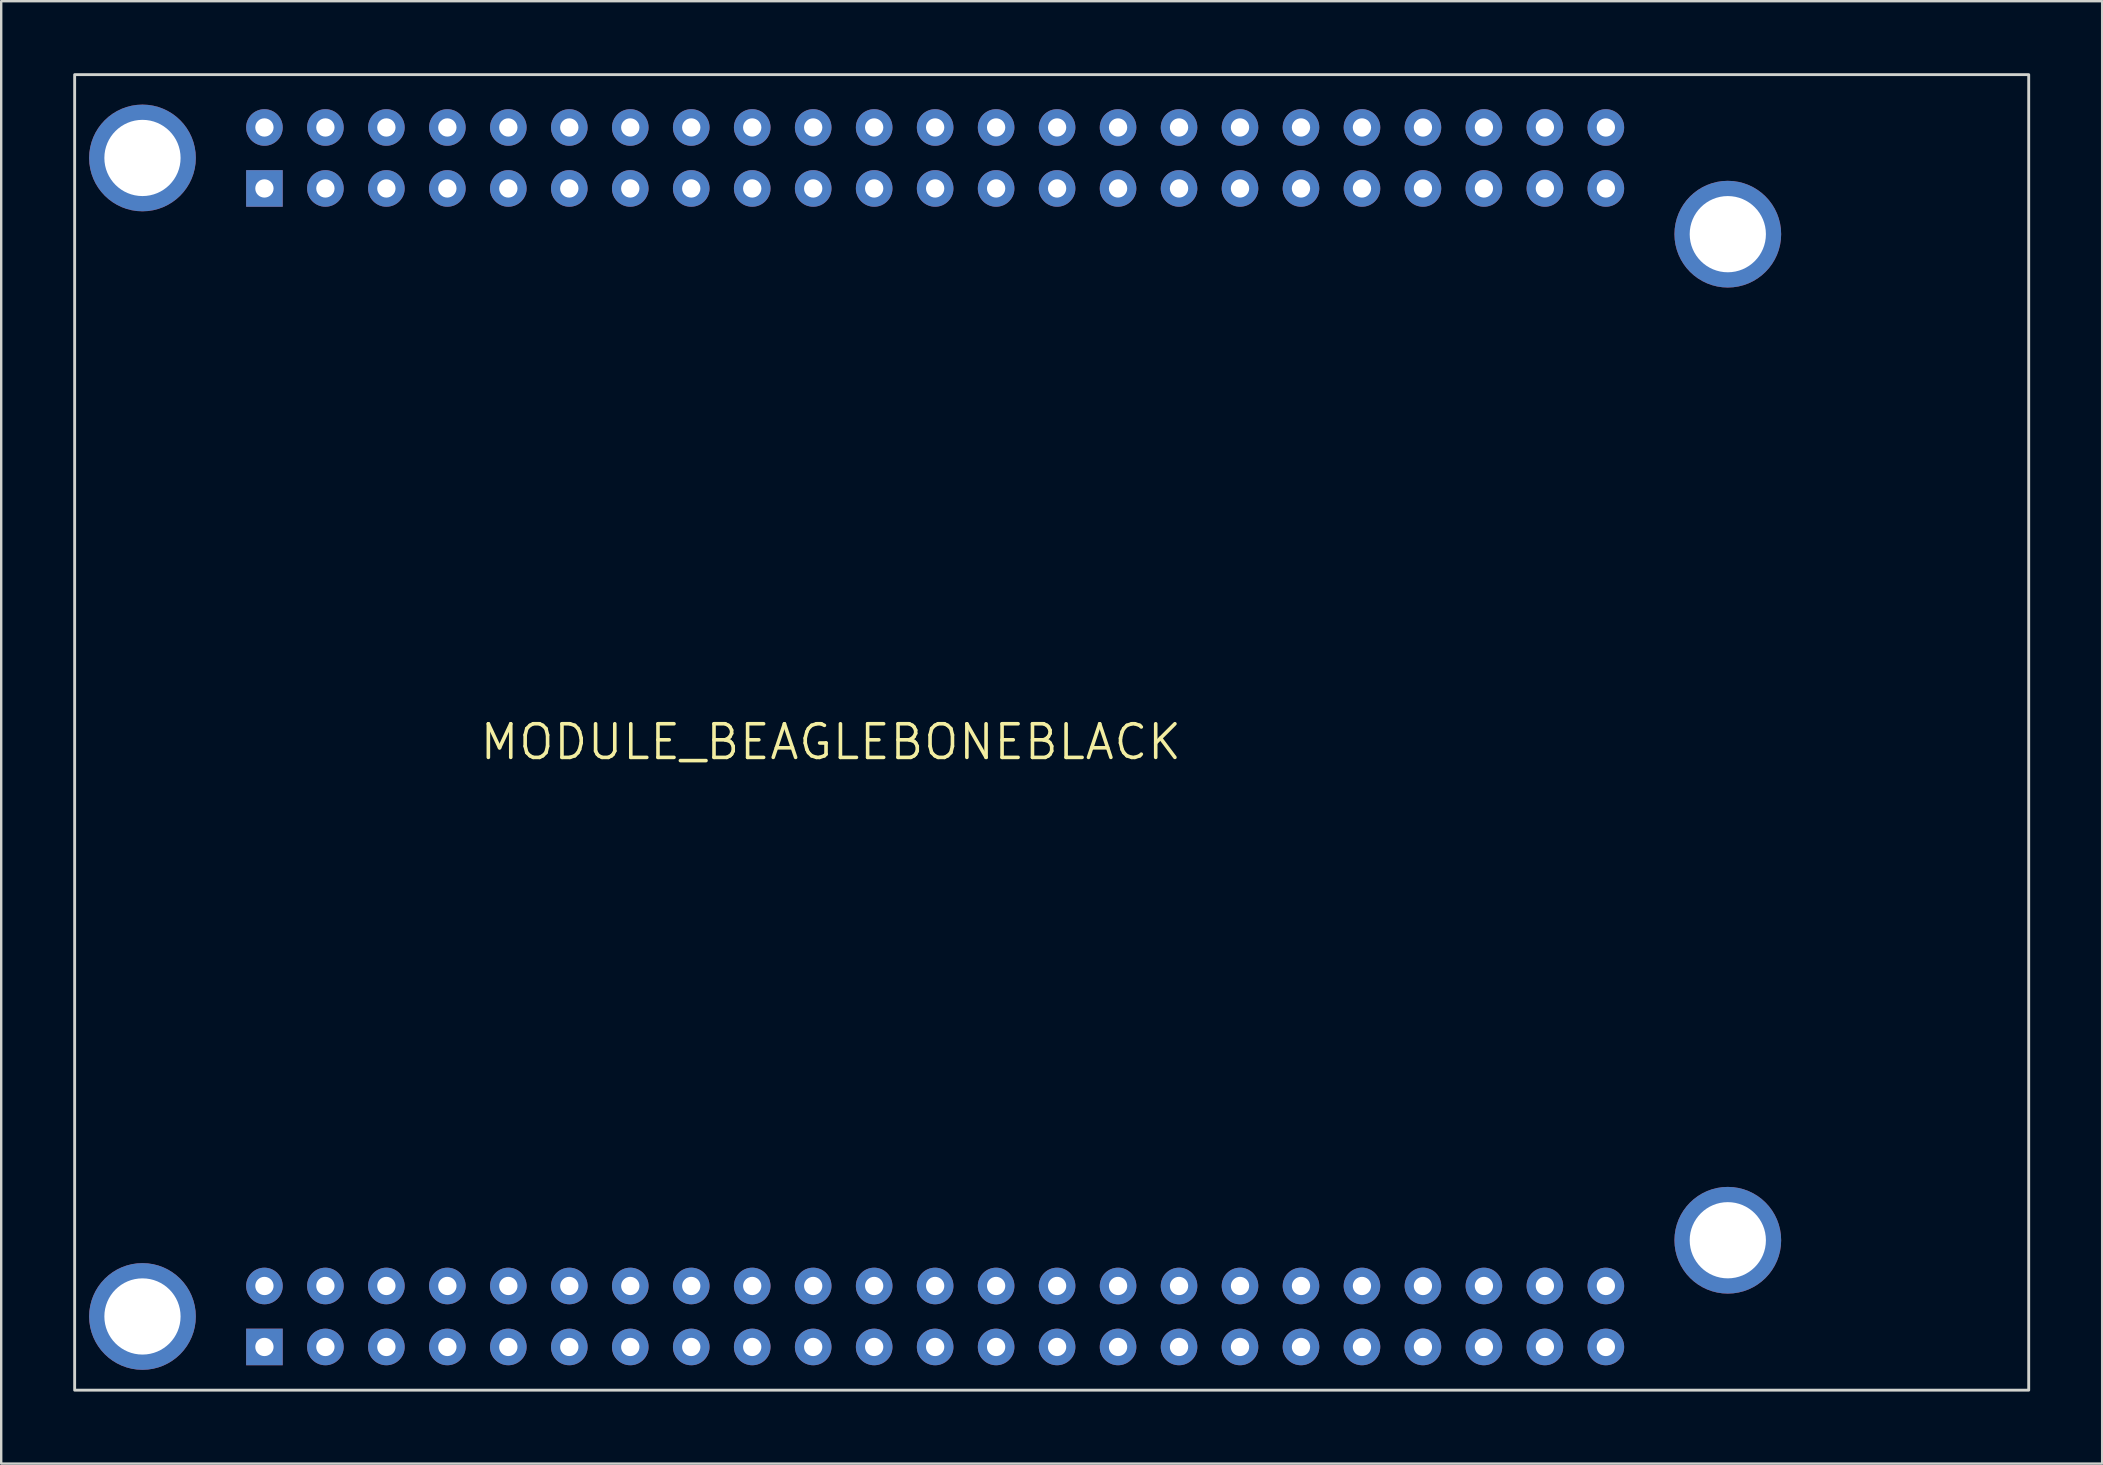
<source format=kicad_pcb>
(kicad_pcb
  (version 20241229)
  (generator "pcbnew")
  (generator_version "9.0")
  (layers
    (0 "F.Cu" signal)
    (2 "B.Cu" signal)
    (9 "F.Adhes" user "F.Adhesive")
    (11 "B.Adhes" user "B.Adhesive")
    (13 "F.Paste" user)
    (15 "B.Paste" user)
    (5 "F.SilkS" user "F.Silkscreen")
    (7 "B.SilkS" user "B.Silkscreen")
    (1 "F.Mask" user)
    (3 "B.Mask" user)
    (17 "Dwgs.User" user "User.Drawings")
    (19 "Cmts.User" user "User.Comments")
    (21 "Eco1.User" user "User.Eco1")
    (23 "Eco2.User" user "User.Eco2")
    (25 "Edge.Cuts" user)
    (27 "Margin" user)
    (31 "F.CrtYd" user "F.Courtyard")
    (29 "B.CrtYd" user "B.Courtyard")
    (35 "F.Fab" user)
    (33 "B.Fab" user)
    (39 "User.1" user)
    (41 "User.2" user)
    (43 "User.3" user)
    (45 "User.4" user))
  (footprint "MODULE_BEAGLEBONEBLACK"
    (layer "F.Cu")
    (at 31.46 27.66)
    (property "Reference" "MODULE_BEAGLEBONEBLACK" (at 0.1 0.2 0) (layer "F.SilkS") (effects (font (size 1.4 1.4) (thickness 0.15))))
    (attr through_hole)
    (fp_rect (start -31.4 -27.6) (end 50 27.2) (stroke (width 0.12) (type default)) (fill no) (layer "Edge.Cuts"))
    (pad "P1" thru_hole circle (at -28.575 -24.13) (size 4.445 4.445) (drill 3.175) (layers "*.Cu" "*.Mask"))
    (pad "P2" thru_hole circle (at -28.575 24.13) (size 4.445 4.445) (drill 3.175) (layers "*.Cu" "*.Mask"))
    (pad "P3" thru_hole circle (at 37.465 20.955) (size 4.445 4.445) (drill 3.175) (layers "*.Cu" "*.Mask"))
    (pad "P4" thru_hole circle (at 37.465 -20.955) (size 4.445 4.445) (drill 3.175) (layers "*.Cu" "*.Mask"))
    (pad "P8_1" thru_hole rect (at -23.495 -22.86) (size 1.524 1.524) (drill 0.762) (layers "*.Cu" "*.Mask"))
    (pad "P8_2" thru_hole circle (at -23.495 -25.4) (size 1.524 1.524) (drill 0.762) (layers "*.Cu" "*.Mask"))
    (pad "P8_3" thru_hole circle (at -20.955 -22.86) (size 1.524 1.524) (drill 0.762) (layers "*.Cu" "*.Mask"))
    (pad "P8_4" thru_hole circle (at -20.955 -25.4) (size 1.524 1.524) (drill 0.762) (layers "*.Cu" "*.Mask"))
    (pad "P8_5" thru_hole circle (at -18.415 -22.86) (size 1.524 1.524) (drill 0.762) (layers "*.Cu" "*.Mask"))
    (pad "P8_6" thru_hole circle (at -18.415 -25.4) (size 1.524 1.524) (drill 0.762) (layers "*.Cu" "*.Mask"))
    (pad "P8_7" thru_hole circle (at -15.875 -22.86) (size 1.524 1.524) (drill 0.762) (layers "*.Cu" "*.Mask"))
    (pad "P8_8" thru_hole circle (at -15.875 -25.4) (size 1.524 1.524) (drill 0.762) (layers "*.Cu" "*.Mask"))
    (pad "P8_9" thru_hole circle (at -13.335 -22.86) (size 1.524 1.524) (drill 0.762) (layers "*.Cu" "*.Mask"))
    (pad "P8_10" thru_hole circle (at -13.335 -25.4) (size 1.524 1.524) (drill 0.762) (layers "*.Cu" "*.Mask"))
    (pad "P8_11" thru_hole circle (at -10.795 -22.86) (size 1.524 1.524) (drill 0.762) (layers "*.Cu" "*.Mask"))
    (pad "P8_12" thru_hole circle (at -10.795 -25.4) (size 1.524 1.524) (drill 0.762) (layers "*.Cu" "*.Mask"))
    (pad "P8_13" thru_hole circle (at -8.255 -22.86) (size 1.524 1.524) (drill 0.762) (layers "*.Cu" "*.Mask"))
    (pad "P8_14" thru_hole circle (at -8.255 -25.4) (size 1.524 1.524) (drill 0.762) (layers "*.Cu" "*.Mask"))
    (pad "P8_15" thru_hole circle (at -5.715 -22.86) (size 1.524 1.524) (drill 0.762) (layers "*.Cu" "*.Mask"))
    (pad "P8_16" thru_hole circle (at -5.715 -25.4) (size 1.524 1.524) (drill 0.762) (layers "*.Cu" "*.Mask"))
    (pad "P8_17" thru_hole circle (at -3.175 -22.86) (size 1.524 1.524) (drill 0.762) (layers "*.Cu" "*.Mask"))
    (pad "P8_18" thru_hole circle (at -3.175 -25.4) (size 1.524 1.524) (drill 0.762) (layers "*.Cu" "*.Mask"))
    (pad "P8_19" thru_hole circle (at -0.635 -22.86) (size 1.524 1.524) (drill 0.762) (layers "*.Cu" "*.Mask"))
    (pad "P8_20" thru_hole circle (at -0.635 -25.4) (size 1.524 1.524) (drill 0.762) (layers "*.Cu" "*.Mask"))
    (pad "P8_21" thru_hole circle (at 1.905 -22.86) (size 1.524 1.524) (drill 0.762) (layers "*.Cu" "*.Mask"))
    (pad "P8_22" thru_hole circle (at 1.905 -25.4) (size 1.524 1.524) (drill 0.762) (layers "*.Cu" "*.Mask"))
    (pad "P8_23" thru_hole circle (at 4.445 -22.86) (size 1.524 1.524) (drill 0.762) (layers "*.Cu" "*.Mask"))
    (pad "P8_24" thru_hole circle (at 4.445 -25.4) (size 1.524 1.524) (drill 0.762) (layers "*.Cu" "*.Mask"))
    (pad "P8_25" thru_hole circle (at 6.985 -22.86) (size 1.524 1.524) (drill 0.762) (layers "*.Cu" "*.Mask"))
    (pad "P8_26" thru_hole circle (at 6.985 -25.4) (size 1.524 1.524) (drill 0.762) (layers "*.Cu" "*.Mask"))
    (pad "P8_27" thru_hole circle (at 9.525 -22.86) (size 1.524 1.524) (drill 0.762) (layers "*.Cu" "*.Mask"))
    (pad "P8_28" thru_hole circle (at 9.525 -25.4) (size 1.524 1.524) (drill 0.762) (layers "*.Cu" "*.Mask"))
    (pad "P8_29" thru_hole circle (at 12.065 -22.86) (size 1.524 1.524) (drill 0.762) (layers "*.Cu" "*.Mask"))
    (pad "P8_30" thru_hole circle (at 12.065 -25.4) (size 1.524 1.524) (drill 0.762) (layers "*.Cu" "*.Mask"))
    (pad "P8_31" thru_hole circle (at 14.605 -22.86) (size 1.524 1.524) (drill 0.762) (layers "*.Cu" "*.Mask"))
    (pad "P8_32" thru_hole circle (at 14.605 -25.4) (size 1.524 1.524) (drill 0.762) (layers "*.Cu" "*.Mask"))
    (pad "P8_33" thru_hole circle (at 17.145 -22.86) (size 1.524 1.524) (drill 0.762) (layers "*.Cu" "*.Mask"))
    (pad "P8_34" thru_hole circle (at 17.145 -25.4) (size 1.524 1.524) (drill 0.762) (layers "*.Cu" "*.Mask"))
    (pad "P8_35" thru_hole circle (at 19.685 -22.86) (size 1.524 1.524) (drill 0.762) (layers "*.Cu" "*.Mask"))
    (pad "P8_36" thru_hole circle (at 19.685 -25.4) (size 1.524 1.524) (drill 0.762) (layers "*.Cu" "*.Mask"))
    (pad "P8_37" thru_hole circle (at 22.225 -22.86) (size 1.524 1.524) (drill 0.762) (layers "*.Cu" "*.Mask"))
    (pad "P8_38" thru_hole circle (at 22.225 -25.4) (size 1.524 1.524) (drill 0.762) (layers "*.Cu" "*.Mask"))
    (pad "P8_39" thru_hole circle (at 24.765 -22.86) (size 1.524 1.524) (drill 0.762) (layers "*.Cu" "*.Mask"))
    (pad "P8_40" thru_hole circle (at 24.765 -25.4) (size 1.524 1.524) (drill 0.762) (layers "*.Cu" "*.Mask"))
    (pad "P8_41" thru_hole circle (at 27.305 -22.86) (size 1.524 1.524) (drill 0.762) (layers "*.Cu" "*.Mask"))
    (pad "P8_42" thru_hole circle (at 27.305 -25.4) (size 1.524 1.524) (drill 0.762) (layers "*.Cu" "*.Mask"))
    (pad "P8_43" thru_hole circle (at 29.845 -22.86) (size 1.524 1.524) (drill 0.762) (layers "*.Cu" "*.Mask"))
    (pad "P8_44" thru_hole circle (at 29.845 -25.4) (size 1.524 1.524) (drill 0.762) (layers "*.Cu" "*.Mask"))
    (pad "P8_45" thru_hole circle (at 32.385 -22.86) (size 1.524 1.524) (drill 0.762) (layers "*.Cu" "*.Mask"))
    (pad "P8_46" thru_hole circle (at 32.385 -25.4) (size 1.524 1.524) (drill 0.762) (layers "*.Cu" "*.Mask"))
    (pad "P9_1" thru_hole rect (at -23.495 25.4) (size 1.524 1.524) (drill 0.762) (layers "*.Cu" "*.Mask"))
    (pad "P9_2" thru_hole circle (at -23.495 22.86) (size 1.524 1.524) (drill 0.762) (layers "*.Cu" "*.Mask"))
    (pad "P9_3" thru_hole circle (at -20.955 25.4) (size 1.524 1.524) (drill 0.762) (layers "*.Cu" "*.Mask"))
    (pad "P9_4" thru_hole circle (at -20.955 22.86) (size 1.524 1.524) (drill 0.762) (layers "*.Cu" "*.Mask"))
    (pad "P9_5" thru_hole circle (at -18.415 25.4) (size 1.524 1.524) (drill 0.762) (layers "*.Cu" "*.Mask"))
    (pad "P9_6" thru_hole circle (at -18.415 22.86) (size 1.524 1.524) (drill 0.762) (layers "*.Cu" "*.Mask"))
    (pad "P9_7" thru_hole circle (at -15.875 25.4) (size 1.524 1.524) (drill 0.762) (layers "*.Cu" "*.Mask"))
    (pad "P9_8" thru_hole circle (at -15.875 22.86) (size 1.524 1.524) (drill 0.762) (layers "*.Cu" "*.Mask"))
    (pad "P9_9" thru_hole circle (at -13.335 25.4) (size 1.524 1.524) (drill 0.762) (layers "*.Cu" "*.Mask"))
    (pad "P9_10" thru_hole circle (at -13.335 22.86) (size 1.524 1.524) (drill 0.762) (layers "*.Cu" "*.Mask"))
    (pad "P9_11" thru_hole circle (at -10.795 25.4) (size 1.524 1.524) (drill 0.762) (layers "*.Cu" "*.Mask"))
    (pad "P9_12" thru_hole circle (at -10.795 22.86) (size 1.524 1.524) (drill 0.762) (layers "*.Cu" "*.Mask"))
    (pad "P9_13" thru_hole circle (at -8.255 25.4) (size 1.524 1.524) (drill 0.762) (layers "*.Cu" "*.Mask"))
    (pad "P9_14" thru_hole circle (at -8.255 22.86) (size 1.524 1.524) (drill 0.762) (layers "*.Cu" "*.Mask"))
    (pad "P9_15" thru_hole circle (at -5.715 25.4) (size 1.524 1.524) (drill 0.762) (layers "*.Cu" "*.Mask"))
    (pad "P9_16" thru_hole circle (at -5.715 22.86) (size 1.524 1.524) (drill 0.762) (layers "*.Cu" "*.Mask"))
    (pad "P9_17" thru_hole circle (at -3.175 25.4) (size 1.524 1.524) (drill 0.762) (layers "*.Cu" "*.Mask"))
    (pad "P9_18" thru_hole circle (at -3.175 22.86) (size 1.524 1.524) (drill 0.762) (layers "*.Cu" "*.Mask"))
    (pad "P9_19" thru_hole circle (at -0.635 25.4) (size 1.524 1.524) (drill 0.762) (layers "*.Cu" "*.Mask"))
    (pad "P9_20" thru_hole circle (at -0.635 22.86) (size 1.524 1.524) (drill 0.762) (layers "*.Cu" "*.Mask"))
    (pad "P9_21" thru_hole circle (at 1.905 25.4) (size 1.524 1.524) (drill 0.762) (layers "*.Cu" "*.Mask"))
    (pad "P9_22" thru_hole circle (at 1.905 22.86) (size 1.524 1.524) (drill 0.762) (layers "*.Cu" "*.Mask"))
    (pad "P9_23" thru_hole circle (at 4.445 25.4) (size 1.524 1.524) (drill 0.762) (layers "*.Cu" "*.Mask"))
    (pad "P9_24" thru_hole circle (at 4.445 22.86) (size 1.524 1.524) (drill 0.762) (layers "*.Cu" "*.Mask"))
    (pad "P9_25" thru_hole circle (at 6.985 25.4) (size 1.524 1.524) (drill 0.762) (layers "*.Cu" "*.Mask"))
    (pad "P9_26" thru_hole circle (at 6.985 22.86) (size 1.524 1.524) (drill 0.762) (layers "*.Cu" "*.Mask"))
    (pad "P9_27" thru_hole circle (at 9.525 25.4) (size 1.524 1.524) (drill 0.762) (layers "*.Cu" "*.Mask"))
    (pad "P9_28" thru_hole circle (at 9.525 22.86) (size 1.524 1.524) (drill 0.762) (layers "*.Cu" "*.Mask"))
    (pad "P9_29" thru_hole circle (at 12.065 25.4) (size 1.524 1.524) (drill 0.762) (layers "*.Cu" "*.Mask"))
    (pad "P9_30" thru_hole circle (at 12.065 22.86) (size 1.524 1.524) (drill 0.762) (layers "*.Cu" "*.Mask"))
    (pad "P9_31" thru_hole circle (at 14.605 25.4) (size 1.524 1.524) (drill 0.762) (layers "*.Cu" "*.Mask"))
    (pad "P9_32" thru_hole circle (at 14.605 22.86) (size 1.524 1.524) (drill 0.762) (layers "*.Cu" "*.Mask"))
    (pad "P9_33" thru_hole circle (at 17.145 25.4) (size 1.524 1.524) (drill 0.762) (layers "*.Cu" "*.Mask"))
    (pad "P9_34" thru_hole circle (at 17.145 22.86) (size 1.524 1.524) (drill 0.762) (layers "*.Cu" "*.Mask"))
    (pad "P9_35" thru_hole circle (at 19.685 25.4) (size 1.524 1.524) (drill 0.762) (layers "*.Cu" "*.Mask"))
    (pad "P9_36" thru_hole circle (at 19.685 22.86) (size 1.524 1.524) (drill 0.762) (layers "*.Cu" "*.Mask"))
    (pad "P9_37" thru_hole circle (at 22.225 25.4) (size 1.524 1.524) (drill 0.762) (layers "*.Cu" "*.Mask"))
    (pad "P9_38" thru_hole circle (at 22.225 22.86) (size 1.524 1.524) (drill 0.762) (layers "*.Cu" "*.Mask"))
    (pad "P9_39" thru_hole circle (at 24.765 25.4) (size 1.524 1.524) (drill 0.762) (layers "*.Cu" "*.Mask"))
    (pad "P9_40" thru_hole circle (at 24.765 22.86) (size 1.524 1.524) (drill 0.762) (layers "*.Cu" "*.Mask"))
    (pad "P9_41" thru_hole circle (at 27.305 25.4) (size 1.524 1.524) (drill 0.762) (layers "*.Cu" "*.Mask"))
    (pad "P9_42" thru_hole circle (at 27.305 22.86) (size 1.524 1.524) (drill 0.762) (layers "*.Cu" "*.Mask"))
    (pad "P9_43" thru_hole circle (at 29.845 25.4) (size 1.524 1.524) (drill 0.762) (layers "*.Cu" "*.Mask"))
    (pad "P9_44" thru_hole circle (at 29.845 22.86) (size 1.524 1.524) (drill 0.762) (layers "*.Cu" "*.Mask"))
    (pad "P9_45" thru_hole circle (at 32.385 25.4) (size 1.524 1.524) (drill 0.762) (layers "*.Cu" "*.Mask"))
    (pad "P9_46" thru_hole circle (at 32.385 22.86) (size 1.524 1.524) (drill 0.762) (layers "*.Cu" "*.Mask")))
  (gr_rect
    (start -3 -3)
    (end 84.52 57.92)
    (stroke (width 0.1) (type default))
    (fill no)
    (layer "Edge.Cuts")))
</source>
